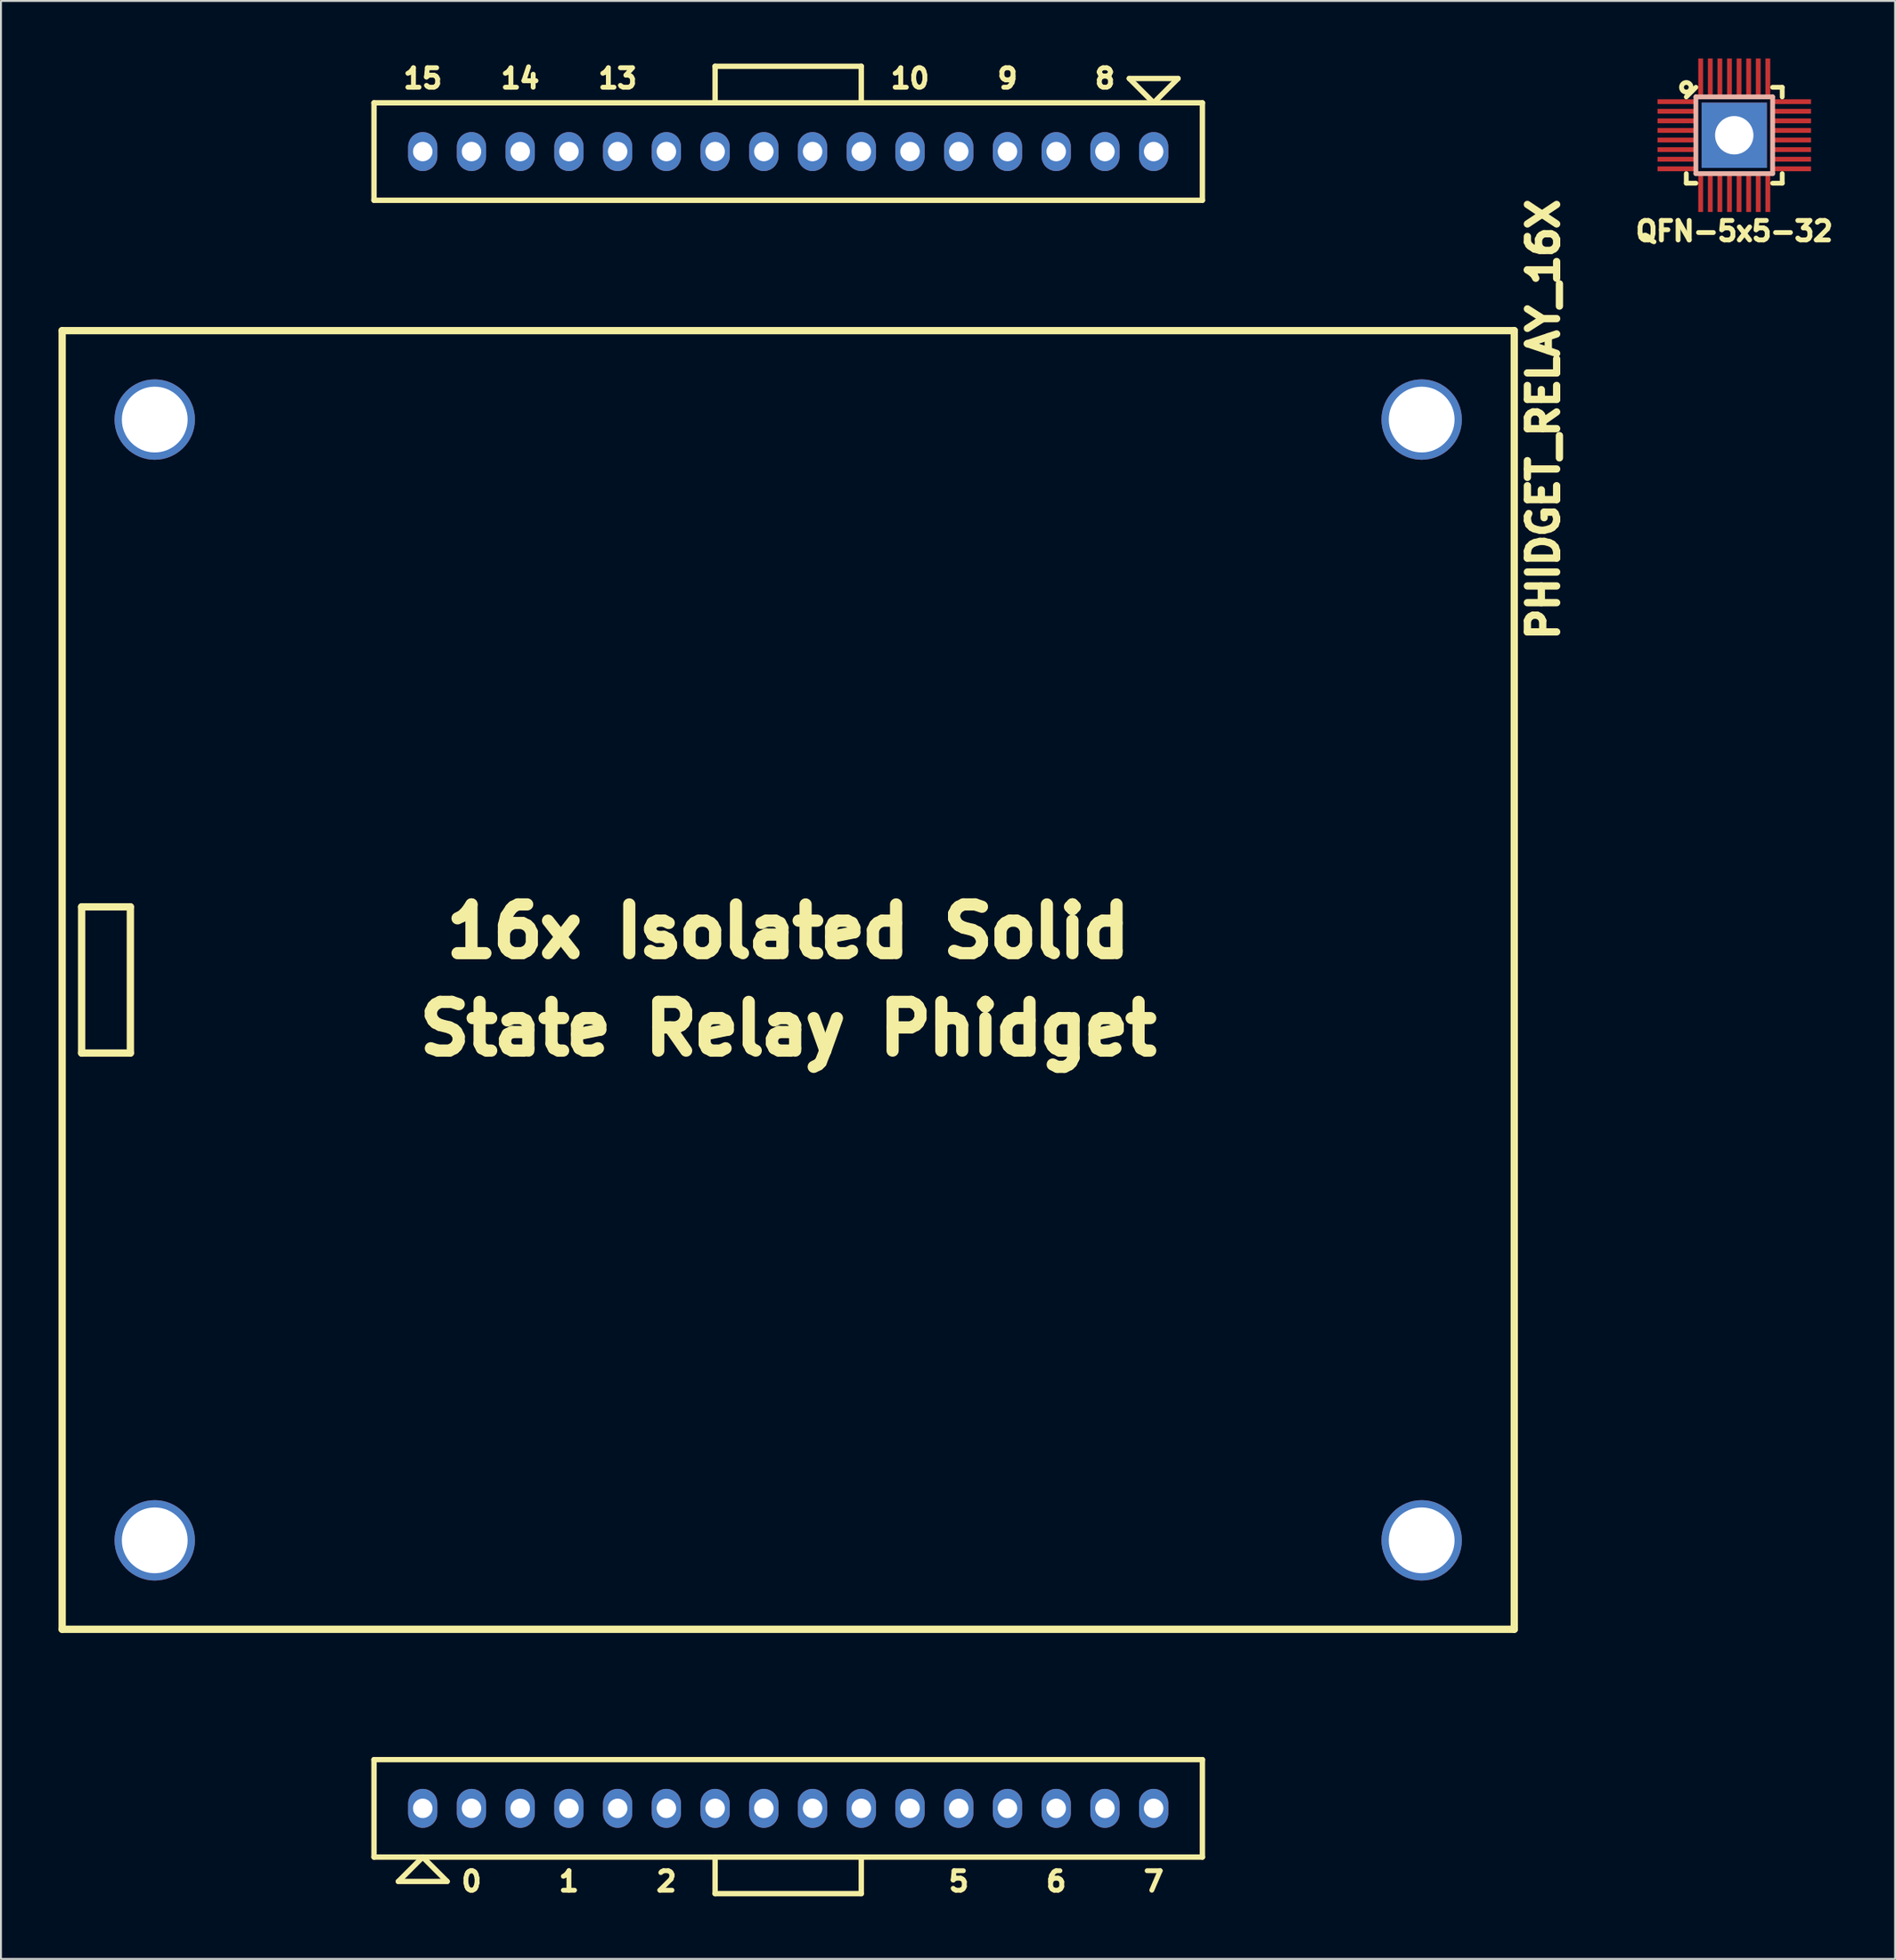
<source format=kicad_pcb>
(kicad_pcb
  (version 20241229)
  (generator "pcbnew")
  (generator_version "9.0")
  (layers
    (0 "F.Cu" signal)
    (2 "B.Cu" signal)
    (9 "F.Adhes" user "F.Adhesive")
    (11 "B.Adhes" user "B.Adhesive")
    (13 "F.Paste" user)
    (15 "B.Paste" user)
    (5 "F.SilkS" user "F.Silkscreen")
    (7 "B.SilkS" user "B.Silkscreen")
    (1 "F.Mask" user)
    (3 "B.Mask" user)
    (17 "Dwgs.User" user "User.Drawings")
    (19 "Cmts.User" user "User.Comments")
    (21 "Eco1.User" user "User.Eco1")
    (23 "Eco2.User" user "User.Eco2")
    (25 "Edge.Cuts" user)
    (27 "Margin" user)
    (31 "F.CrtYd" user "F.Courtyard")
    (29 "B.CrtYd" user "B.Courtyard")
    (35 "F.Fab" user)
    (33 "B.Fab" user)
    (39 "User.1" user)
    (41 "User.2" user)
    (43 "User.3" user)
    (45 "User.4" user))
  (footprint "PHIDGET_RELAY_16X"
    (layer "F.Cu")
    (at 38.036 48.03)
    (property "Reference" "PHIDGET_RELAY_16X" (at 39.37 -29.21 90) (layer "F.SilkS") (effects (font (size 1.524 1.524) (thickness 0.381))))
    (attr through_hole)
    (fp_line (start -37.846 -33.846) (end -37.846 33.846) (stroke (width 0.381) (type solid)) (layer "F.SilkS"))
    (fp_line (start -37.846 33.846) (end 37.846 33.846) (stroke (width 0.381) (type solid)) (layer "F.SilkS"))
    (fp_line (start -36.83 -3.81) (end -36.83 3.81) (stroke (width 0.381) (type solid)) (layer "F.SilkS"))
    (fp_line (start -36.83 -3.81) (end -34.29 -3.81) (stroke (width 0.381) (type solid)) (layer "F.SilkS"))
    (fp_line (start -34.29 -3.81) (end -34.29 3.81) (stroke (width 0.381) (type solid)) (layer "F.SilkS"))
    (fp_line (start -34.29 3.81) (end -36.83 3.81) (stroke (width 0.381) (type solid)) (layer "F.SilkS"))
    (fp_line (start -21.59 -45.72) (end 21.59 -45.72) (stroke (width 0.279) (type solid)) (layer "F.SilkS"))
    (fp_line (start -21.59 -40.64) (end -21.59 -45.72) (stroke (width 0.279) (type solid)) (layer "F.SilkS"))
    (fp_line (start -21.59 40.64) (end 21.59 40.64) (stroke (width 0.279) (type solid)) (layer "F.SilkS"))
    (fp_line (start -21.59 45.72) (end -21.59 40.64) (stroke (width 0.279) (type solid)) (layer "F.SilkS"))
    (fp_line (start -20.32 46.99) (end -19.05 45.72) (stroke (width 0.279) (type solid)) (layer "F.SilkS"))
    (fp_line (start -19.05 45.72) (end -17.78 46.99) (stroke (width 0.279) (type solid)) (layer "F.SilkS"))
    (fp_line (start -17.78 46.99) (end -20.32 46.99) (stroke (width 0.279) (type solid)) (layer "F.SilkS"))
    (fp_line (start -3.81 -47.625) (end 3.81 -47.625) (stroke (width 0.279) (type solid)) (layer "F.SilkS"))
    (fp_line (start -3.81 -45.72) (end -3.81 -47.625) (stroke (width 0.279) (type solid)) (layer "F.SilkS"))
    (fp_line (start -3.81 47.625) (end -3.81 45.72) (stroke (width 0.279) (type solid)) (layer "F.SilkS"))
    (fp_line (start 3.81 -47.625) (end 3.81 -45.72) (stroke (width 0.279) (type solid)) (layer "F.SilkS"))
    (fp_line (start 3.81 45.72) (end 3.81 47.625) (stroke (width 0.279) (type solid)) (layer "F.SilkS"))
    (fp_line (start 3.81 47.625) (end -3.81 47.625) (stroke (width 0.279) (type solid)) (layer "F.SilkS"))
    (fp_line (start 17.78 -46.99) (end 20.32 -46.99) (stroke (width 0.279) (type solid)) (layer "F.SilkS"))
    (fp_line (start 19.05 -45.72) (end 17.78 -46.99) (stroke (width 0.279) (type solid)) (layer "F.SilkS"))
    (fp_line (start 20.32 -46.99) (end 19.05 -45.72) (stroke (width 0.279) (type solid)) (layer "F.SilkS"))
    (fp_line (start 21.59 -45.72) (end 21.59 -40.64) (stroke (width 0.279) (type solid)) (layer "F.SilkS"))
    (fp_line (start 21.59 -40.64) (end -21.59 -40.64) (stroke (width 0.279) (type solid)) (layer "F.SilkS"))
    (fp_line (start 21.59 40.64) (end 21.59 45.72) (stroke (width 0.279) (type solid)) (layer "F.SilkS"))
    (fp_line (start 21.59 45.72) (end -21.59 45.72) (stroke (width 0.279) (type solid)) (layer "F.SilkS"))
    (fp_line (start 37.846 -33.846) (end -37.846 -33.846) (stroke (width 0.381) (type solid)) (layer "F.SilkS"))
    (fp_line (start 37.846 -33.846) (end 37.846 33.846) (stroke (width 0.381) (type solid)) (layer "F.SilkS"))
    (fp_text user "2" (at -6.35 46.99 180) (layer "F.SilkS") (effects (font (size 1.016 1.016) (thickness 0.254))))
    (fp_text user "5" (at 8.89 46.99 180) (layer "F.SilkS") (effects (font (size 1.016 1.016) (thickness 0.254))))
    (fp_text user "1" (at -11.43 46.99 180) (layer "F.SilkS") (effects (font (size 1.016 1.016) (thickness 0.254))))
    (fp_text user "16x Isolated Solid" (at 0 -2.54 0) (layer "F.SilkS") (effects (font (size 2.54 2.54) (thickness 0.635))))
    (fp_text user "8" (at 16.51 -46.99 0) (layer "F.SilkS") (effects (font (size 1.016 1.016) (thickness 0.254))))
    (fp_text user "0" (at -16.51 46.99 180) (layer "F.SilkS") (effects (font (size 1.016 1.016) (thickness 0.254))))
    (fp_text user "10" (at 6.35 -46.99 0) (layer "F.SilkS") (effects (font (size 1.016 1.016) (thickness 0.254))))
    (fp_text user "14" (at -13.97 -46.99 0) (layer "F.SilkS") (effects (font (size 1.016 1.016) (thickness 0.254))))
    (fp_text user "7" (at 19.05 46.99 180) (layer "F.SilkS") (effects (font (size 1.016 1.016) (thickness 0.254))))
    (fp_text user "13" (at -8.89 -46.99 0) (layer "F.SilkS") (effects (font (size 1.016 1.016) (thickness 0.254))))
    (fp_text user "6" (at 13.97 46.99 180) (layer "F.SilkS") (effects (font (size 1.016 1.016) (thickness 0.254))))
    (fp_text user "15" (at -19.05 -46.99 0) (layer "F.SilkS") (effects (font (size 1.016 1.016) (thickness 0.254))))
    (fp_text user "State Relay Phidget" (at 0 2.54 0) (layer "F.SilkS") (effects (font (size 2.54 2.54) (thickness 0.635))))
    (fp_text user "9" (at 11.43 -46.99 0) (layer "F.SilkS") (effects (font (size 1.016 1.016) (thickness 0.254))))
    (pad "" thru_hole circle (at -33.02 -29.21 270) (size 4.191 4.191) (drill 3.429) (layers "*.Cu" "*.Mask"))
    (pad "" thru_hole circle (at -33.02 29.21 270) (size 4.191 4.191) (drill 3.429) (layers "*.Cu" "*.Mask"))
    (pad "" thru_hole circle (at 33.02 -29.21 270) (size 4.191 4.191) (drill 3.429) (layers "*.Cu" "*.Mask"))
    (pad "" thru_hole circle (at 33.02 29.21 270) (size 4.191 4.191) (drill 3.429) (layers "*.Cu" "*.Mask"))
    (pad "1" thru_hole oval (at -19.05 43.18 180) (size 1.524 2.032) (drill 1.016) (layers "*.Cu" "*.Mask"))
    (pad "2" thru_hole oval (at -16.51 43.18 180) (size 1.524 2.032) (drill 1.016) (layers "*.Cu" "*.Mask"))
    (pad "3" thru_hole oval (at -13.97 43.18 180) (size 1.524 2.032) (drill 1.016) (layers "*.Cu" "*.Mask"))
    (pad "4" thru_hole oval (at -11.43 43.18 180) (size 1.524 2.032) (drill 1.016) (layers "*.Cu" "*.Mask"))
    (pad "5" thru_hole oval (at -8.89 43.18 180) (size 1.524 2.032) (drill 1.016) (layers "*.Cu" "*.Mask"))
    (pad "6" thru_hole oval (at -6.35 43.18 180) (size 1.524 2.032) (drill 1.016) (layers "*.Cu" "*.Mask"))
    (pad "7" thru_hole oval (at -3.81 43.18 180) (size 1.524 2.032) (drill 1.016) (layers "*.Cu" "*.Mask"))
    (pad "8" thru_hole oval (at -1.27 43.18 180) (size 1.524 2.032) (drill 1.016) (layers "*.Cu" "*.Mask"))
    (pad "9" thru_hole oval (at 1.27 43.18 180) (size 1.524 2.032) (drill 1.016) (layers "*.Cu" "*.Mask"))
    (pad "10" thru_hole oval (at 3.81 43.18 180) (size 1.524 2.032) (drill 1.016) (layers "*.Cu" "*.Mask"))
    (pad "11" thru_hole oval (at 6.35 43.18 180) (size 1.524 2.032) (drill 1.016) (layers "*.Cu" "*.Mask"))
    (pad "12" thru_hole oval (at 8.89 43.18 180) (size 1.524 2.032) (drill 1.016) (layers "*.Cu" "*.Mask"))
    (pad "13" thru_hole oval (at 11.43 43.18 180) (size 1.524 2.032) (drill 1.016) (layers "*.Cu" "*.Mask"))
    (pad "14" thru_hole oval (at 13.97 43.18 180) (size 1.524 2.032) (drill 1.016) (layers "*.Cu" "*.Mask"))
    (pad "15" thru_hole oval (at 16.51 43.18 180) (size 1.524 2.032) (drill 1.016) (layers "*.Cu" "*.Mask"))
    (pad "16" thru_hole oval (at 19.05 43.18 180) (size 1.524 2.032) (drill 1.016) (layers "*.Cu" "*.Mask"))
    (pad "17" thru_hole oval (at 19.05 -43.18) (size 1.524 2.032) (drill 1.016) (layers "*.Cu" "*.Mask"))
    (pad "18" thru_hole oval (at 16.51 -43.18) (size 1.524 2.032) (drill 1.016) (layers "*.Cu" "*.Mask"))
    (pad "19" thru_hole oval (at 13.97 -43.18) (size 1.524 2.032) (drill 1.016) (layers "*.Cu" "*.Mask"))
    (pad "20" thru_hole oval (at 11.43 -43.18) (size 1.524 2.032) (drill 1.016) (layers "*.Cu" "*.Mask"))
    (pad "21" thru_hole oval (at 8.89 -43.18) (size 1.524 2.032) (drill 1.016) (layers "*.Cu" "*.Mask"))
    (pad "22" thru_hole oval (at 6.35 -43.18) (size 1.524 2.032) (drill 1.016) (layers "*.Cu" "*.Mask"))
    (pad "23" thru_hole oval (at 3.81 -43.18) (size 1.524 2.032) (drill 1.016) (layers "*.Cu" "*.Mask"))
    (pad "24" thru_hole oval (at 1.27 -43.18) (size 1.524 2.032) (drill 1.016) (layers "*.Cu" "*.Mask"))
    (pad "25" thru_hole oval (at -1.27 -43.18) (size 1.524 2.032) (drill 1.016) (layers "*.Cu" "*.Mask"))
    (pad "26" thru_hole oval (at -3.81 -43.18) (size 1.524 2.032) (drill 1.016) (layers "*.Cu" "*.Mask"))
    (pad "27" thru_hole oval (at -6.35 -43.18) (size 1.524 2.032) (drill 1.016) (layers "*.Cu" "*.Mask"))
    (pad "28" thru_hole oval (at -8.89 -43.18) (size 1.524 2.032) (drill 1.016) (layers "*.Cu" "*.Mask"))
    (pad "29" thru_hole oval (at -11.43 -43.18) (size 1.524 2.032) (drill 1.016) (layers "*.Cu" "*.Mask"))
    (pad "30" thru_hole oval (at -13.97 -43.18) (size 1.524 2.032) (drill 1.016) (layers "*.Cu" "*.Mask"))
    (pad "31" thru_hole oval (at -16.51 -43.18) (size 1.524 2.032) (drill 1.016) (layers "*.Cu" "*.Mask"))
    (pad "32" thru_hole oval (at -19.05 -43.18) (size 1.524 2.032) (drill 1.016) (layers "*.Cu" "*.Mask")))
  (footprint "QFN-5x5-32"
    (layer "F.Cu")
    (at 87.35 4)
    (property "Reference" "QFN-5x5-32" (at 0 5 0) (layer "F.SilkS") (effects (font (size 1.016 1.016) (thickness 0.254))))
    (attr through_hole)
    (fp_line (start -2.5 2) (end -2.5 2.5) (stroke (width 0.25) (type solid)) (layer "F.SilkS"))
    (fp_line (start -2.5 2.5) (end -2 2.5) (stroke (width 0.25) (type solid)) (layer "F.SilkS"))
    (fp_line (start -2 -2.5) (end -2.5 -2) (stroke (width 0.25) (type solid)) (layer "F.SilkS"))
    (fp_line (start 2 -2.5) (end 2.5 -2.5) (stroke (width 0.25) (type solid)) (layer "F.SilkS"))
    (fp_line (start 2.5 -2.5) (end 2.5 -2) (stroke (width 0.25) (type solid)) (layer "F.SilkS"))
    (fp_line (start 2.5 2) (end 2.5 2.5) (stroke (width 0.25) (type solid)) (layer "F.SilkS"))
    (fp_line (start 2.5 2.5) (end 2 2.5) (stroke (width 0.25) (type solid)) (layer "F.SilkS"))
    (fp_circle (center -2.5 -2.5) (end -2.5 -2.75) (stroke (width 0.25) (type solid)) (fill no) (layer "F.SilkS"))
    (fp_line (start -2 -2) (end -2 2) (stroke (width 0.25) (type solid)) (layer "B.SilkS"))
    (fp_line (start -2 2) (end 2 2) (stroke (width 0.25) (type solid)) (layer "B.SilkS"))
    (fp_line (start 2 -2) (end -2 -2) (stroke (width 0.25) (type solid)) (layer "B.SilkS"))
    (fp_line (start 2 2) (end 2 -2) (stroke (width 0.25) (type solid)) (layer "B.SilkS"))
    (pad "1" smd rect (at -3 -1.75) (size 2 0.25) (layers "F.Cu" "F.Mask" "F.Paste"))
    (pad "2" smd rect (at -3 -1.25) (size 2 0.25) (layers "F.Cu" "F.Mask" "F.Paste"))
    (pad "3" smd rect (at -3 -0.75) (size 2 0.25) (layers "F.Cu" "F.Mask" "F.Paste"))
    (pad "4" smd rect (at -3 -0.25) (size 2 0.25) (layers "F.Cu" "F.Mask" "F.Paste"))
    (pad "5" smd rect (at -3 0.25) (size 2 0.25) (layers "F.Cu" "F.Mask" "F.Paste"))
    (pad "6" smd rect (at -3 0.75) (size 2 0.25) (layers "F.Cu" "F.Mask" "F.Paste"))
    (pad "7" smd rect (at -3 1.25) (size 2 0.25) (layers "F.Cu" "F.Mask" "F.Paste"))
    (pad "8" smd rect (at -3 1.75) (size 2 0.25) (layers "F.Cu" "F.Mask" "F.Paste"))
    (pad "9" smd rect (at -1.75 3) (size 0.25 2) (layers "F.Cu" "F.Mask" "F.Paste"))
    (pad "10" smd rect (at -1.25 3) (size 0.25 2) (layers "F.Cu" "F.Mask" "F.Paste"))
    (pad "11" smd rect (at -0.75 3) (size 0.25 2) (layers "F.Cu" "F.Mask" "F.Paste"))
    (pad "12" smd rect (at -0.25 3) (size 0.25 2) (layers "F.Cu" "F.Mask" "F.Paste"))
    (pad "13" smd rect (at 0.25 3) (size 0.25 2) (layers "F.Cu" "F.Mask" "F.Paste"))
    (pad "14" smd rect (at 0.75 3) (size 0.25 2) (layers "F.Cu" "F.Mask" "F.Paste"))
    (pad "15" smd rect (at 1.25 3) (size 0.25 2) (layers "F.Cu" "F.Mask" "F.Paste"))
    (pad "16" smd rect (at 1.75 3) (size 0.25 2) (layers "F.Cu" "F.Mask" "F.Paste"))
    (pad "17" smd rect (at 3 1.75) (size 2 0.25) (layers "F.Cu" "F.Mask" "F.Paste"))
    (pad "18" smd rect (at 3 1.25) (size 2 0.25) (layers "F.Cu" "F.Mask" "F.Paste"))
    (pad "19" smd rect (at 3 0.75) (size 2 0.25) (layers "F.Cu" "F.Mask" "F.Paste"))
    (pad "20" smd rect (at 3 0.25) (size 2 0.25) (layers "F.Cu" "F.Mask" "F.Paste"))
    (pad "21" smd rect (at 3 -0.25) (size 2 0.25) (layers "F.Cu" "F.Mask" "F.Paste"))
    (pad "22" smd rect (at 3 -0.75) (size 2 0.25) (layers "F.Cu" "F.Mask" "F.Paste"))
    (pad "23" smd rect (at 3 -1.25) (size 2 0.25) (layers "F.Cu" "F.Mask" "F.Paste"))
    (pad "24" smd rect (at 3 -1.75) (size 2 0.25) (layers "F.Cu" "F.Mask" "F.Paste"))
    (pad "25" smd rect (at 1.75 -3) (size 0.25 2) (layers "F.Cu" "F.Mask" "F.Paste"))
    (pad "26" smd rect (at 1.25 -3) (size 0.25 2) (layers "F.Cu" "F.Mask" "F.Paste"))
    (pad "27" smd rect (at 0.75 -3) (size 0.25 2) (layers "F.Cu" "F.Mask" "F.Paste"))
    (pad "28" smd rect (at 0.25 -3) (size 0.25 2) (layers "F.Cu" "F.Mask" "F.Paste"))
    (pad "29" smd rect (at -0.25 -3) (size 0.25 2) (layers "F.Cu" "F.Mask" "F.Paste"))
    (pad "30" smd rect (at -0.75 -3) (size 0.25 2) (layers "F.Cu" "F.Mask" "F.Paste"))
    (pad "31" smd rect (at -1.25 -3) (size 0.25 2) (layers "F.Cu" "F.Mask" "F.Paste"))
    (pad "32" smd rect (at -1.75 -3) (size 0.25 2) (layers "F.Cu" "F.Mask" "F.Paste"))
    (pad "PAD" thru_hole rect (at 0 0) (size 3.4 3.4) (drill 2) (layers "*.Cu" "*.Mask")))
  (gr_rect
    (start -3 -3)
    (end 95.734 99.06)
    (stroke (width 0.1) (type default))
    (fill no)
    (layer "Edge.Cuts")))
</source>
